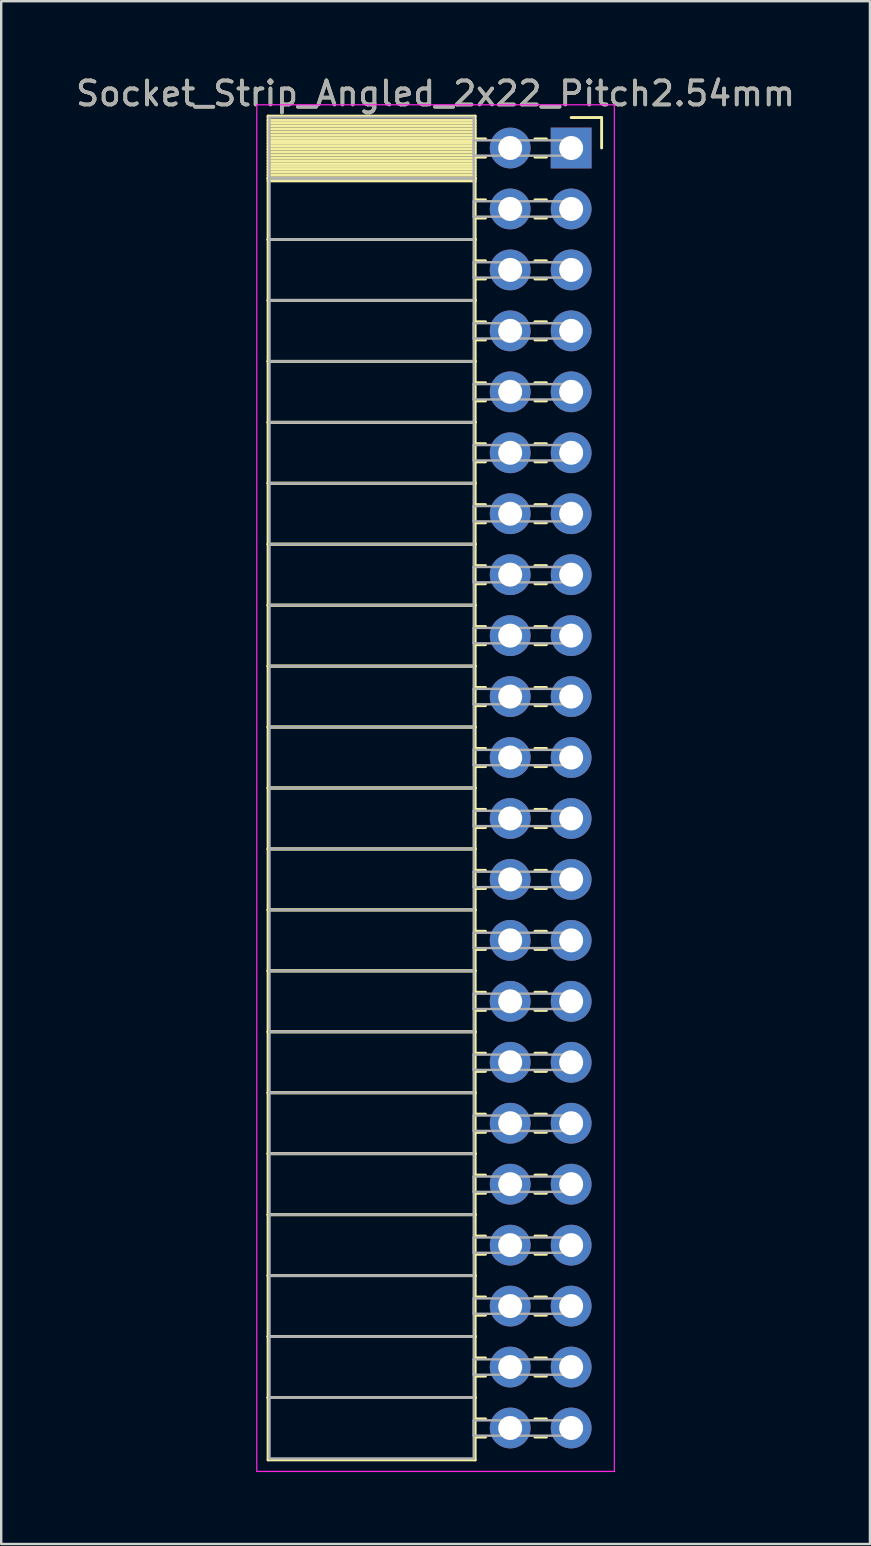
<source format=kicad_pcb>
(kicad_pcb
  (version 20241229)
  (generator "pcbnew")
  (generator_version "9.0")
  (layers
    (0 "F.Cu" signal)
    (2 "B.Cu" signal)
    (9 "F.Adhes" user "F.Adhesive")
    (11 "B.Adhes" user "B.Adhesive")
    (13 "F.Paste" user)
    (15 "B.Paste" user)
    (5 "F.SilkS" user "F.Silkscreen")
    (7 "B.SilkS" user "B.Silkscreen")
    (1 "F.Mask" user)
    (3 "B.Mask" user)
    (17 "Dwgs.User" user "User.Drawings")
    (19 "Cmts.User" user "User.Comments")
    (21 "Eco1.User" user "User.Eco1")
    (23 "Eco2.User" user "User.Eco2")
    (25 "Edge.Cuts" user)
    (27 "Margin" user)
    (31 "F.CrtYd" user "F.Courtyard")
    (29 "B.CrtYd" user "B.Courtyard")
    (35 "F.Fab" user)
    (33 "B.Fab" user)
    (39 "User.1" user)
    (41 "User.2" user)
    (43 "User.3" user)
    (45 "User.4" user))
  (footprint "Socket_Strip_Angled_2x22_Pitch2.54mm"
    (layer "F.Cu")
    (at 20.751 3.118)
    (property "Reference" "Socket_Strip_Angled_2x22_Pitch2.54mm" (at -5.65 -2.27 0) (layer "F.SilkS") (effects (font (size 1 1) (thickness 0.15))))
    (attr through_hole)
    (fp_line (start -12.63 -1.33) (end -4 -1.33) (stroke (width 0.12) (type solid)) (layer "F.SilkS"))
    (fp_line (start -12.63 1.27) (end -12.63 -1.33) (stroke (width 0.12) (type solid)) (layer "F.SilkS"))
    (fp_line (start -12.63 1.27) (end -4 1.27) (stroke (width 0.12) (type solid)) (layer "F.SilkS"))
    (fp_line (start -12.63 3.81) (end -12.63 1.27) (stroke (width 0.12) (type solid)) (layer "F.SilkS"))
    (fp_line (start -12.63 3.81) (end -4 3.81) (stroke (width 0.12) (type solid)) (layer "F.SilkS"))
    (fp_line (start -12.63 6.35) (end -12.63 3.81) (stroke (width 0.12) (type solid)) (layer "F.SilkS"))
    (fp_line (start -12.63 6.35) (end -4 6.35) (stroke (width 0.12) (type solid)) (layer "F.SilkS"))
    (fp_line (start -12.63 8.89) (end -12.63 6.35) (stroke (width 0.12) (type solid)) (layer "F.SilkS"))
    (fp_line (start -12.63 8.89) (end -4 8.89) (stroke (width 0.12) (type solid)) (layer "F.SilkS"))
    (fp_line (start -12.63 11.43) (end -12.63 8.89) (stroke (width 0.12) (type solid)) (layer "F.SilkS"))
    (fp_line (start -12.63 11.43) (end -4 11.43) (stroke (width 0.12) (type solid)) (layer "F.SilkS"))
    (fp_line (start -12.63 13.97) (end -12.63 11.43) (stroke (width 0.12) (type solid)) (layer "F.SilkS"))
    (fp_line (start -12.63 13.97) (end -4 13.97) (stroke (width 0.12) (type solid)) (layer "F.SilkS"))
    (fp_line (start -12.63 16.51) (end -12.63 13.97) (stroke (width 0.12) (type solid)) (layer "F.SilkS"))
    (fp_line (start -12.63 16.51) (end -4 16.51) (stroke (width 0.12) (type solid)) (layer "F.SilkS"))
    (fp_line (start -12.63 19.05) (end -12.63 16.51) (stroke (width 0.12) (type solid)) (layer "F.SilkS"))
    (fp_line (start -12.63 19.05) (end -4 19.05) (stroke (width 0.12) (type solid)) (layer "F.SilkS"))
    (fp_line (start -12.63 21.59) (end -12.63 19.05) (stroke (width 0.12) (type solid)) (layer "F.SilkS"))
    (fp_line (start -12.63 21.59) (end -4 21.59) (stroke (width 0.12) (type solid)) (layer "F.SilkS"))
    (fp_line (start -12.63 24.13) (end -12.63 21.59) (stroke (width 0.12) (type solid)) (layer "F.SilkS"))
    (fp_line (start -12.63 24.13) (end -4 24.13) (stroke (width 0.12) (type solid)) (layer "F.SilkS"))
    (fp_line (start -12.63 26.67) (end -12.63 24.13) (stroke (width 0.12) (type solid)) (layer "F.SilkS"))
    (fp_line (start -12.63 26.67) (end -4 26.67) (stroke (width 0.12) (type solid)) (layer "F.SilkS"))
    (fp_line (start -12.63 29.21) (end -12.63 26.67) (stroke (width 0.12) (type solid)) (layer "F.SilkS"))
    (fp_line (start -12.63 29.21) (end -4 29.21) (stroke (width 0.12) (type solid)) (layer "F.SilkS"))
    (fp_line (start -12.63 31.75) (end -12.63 29.21) (stroke (width 0.12) (type solid)) (layer "F.SilkS"))
    (fp_line (start -12.63 31.75) (end -4 31.75) (stroke (width 0.12) (type solid)) (layer "F.SilkS"))
    (fp_line (start -12.63 34.29) (end -12.63 31.75) (stroke (width 0.12) (type solid)) (layer "F.SilkS"))
    (fp_line (start -12.63 34.29) (end -4 34.29) (stroke (width 0.12) (type solid)) (layer "F.SilkS"))
    (fp_line (start -12.63 36.83) (end -12.63 34.29) (stroke (width 0.12) (type solid)) (layer "F.SilkS"))
    (fp_line (start -12.63 36.83) (end -4 36.83) (stroke (width 0.12) (type solid)) (layer "F.SilkS"))
    (fp_line (start -12.63 39.37) (end -12.63 36.83) (stroke (width 0.12) (type solid)) (layer "F.SilkS"))
    (fp_line (start -12.63 39.37) (end -4 39.37) (stroke (width 0.12) (type solid)) (layer "F.SilkS"))
    (fp_line (start -12.63 41.91) (end -12.63 39.37) (stroke (width 0.12) (type solid)) (layer "F.SilkS"))
    (fp_line (start -12.63 41.91) (end -4 41.91) (stroke (width 0.12) (type solid)) (layer "F.SilkS"))
    (fp_line (start -12.63 44.45) (end -12.63 41.91) (stroke (width 0.12) (type solid)) (layer "F.SilkS"))
    (fp_line (start -12.63 44.45) (end -4 44.45) (stroke (width 0.12) (type solid)) (layer "F.SilkS"))
    (fp_line (start -12.63 46.99) (end -12.63 44.45) (stroke (width 0.12) (type solid)) (layer "F.SilkS"))
    (fp_line (start -12.63 46.99) (end -4 46.99) (stroke (width 0.12) (type solid)) (layer "F.SilkS"))
    (fp_line (start -12.63 49.53) (end -12.63 46.99) (stroke (width 0.12) (type solid)) (layer "F.SilkS"))
    (fp_line (start -12.63 49.53) (end -4 49.53) (stroke (width 0.12) (type solid)) (layer "F.SilkS"))
    (fp_line (start -12.63 52.07) (end -12.63 49.53) (stroke (width 0.12) (type solid)) (layer "F.SilkS"))
    (fp_line (start -12.63 52.07) (end -4 52.07) (stroke (width 0.12) (type solid)) (layer "F.SilkS"))
    (fp_line (start -12.63 54.67) (end -12.63 52.07) (stroke (width 0.12) (type solid)) (layer "F.SilkS"))
    (fp_line (start -4 -1.33) (end -4 1.27) (stroke (width 0.12) (type solid)) (layer "F.SilkS"))
    (fp_line (start -4 -1.15) (end -12.63 -1.15) (stroke (width 0.12) (type solid)) (layer "F.SilkS"))
    (fp_line (start -4 -1.03) (end -12.63 -1.03) (stroke (width 0.12) (type solid)) (layer "F.SilkS"))
    (fp_line (start -4 -0.91) (end -12.63 -0.91) (stroke (width 0.12) (type solid)) (layer "F.SilkS"))
    (fp_line (start -4 -0.79) (end -12.63 -0.79) (stroke (width 0.12) (type solid)) (layer "F.SilkS"))
    (fp_line (start -4 -0.67) (end -12.63 -0.67) (stroke (width 0.12) (type solid)) (layer "F.SilkS"))
    (fp_line (start -4 -0.55) (end -12.63 -0.55) (stroke (width 0.12) (type solid)) (layer "F.SilkS"))
    (fp_line (start -4 -0.43) (end -12.63 -0.43) (stroke (width 0.12) (type solid)) (layer "F.SilkS"))
    (fp_line (start -4 -0.31) (end -12.63 -0.31) (stroke (width 0.12) (type solid)) (layer "F.SilkS"))
    (fp_line (start -4 -0.19) (end -12.63 -0.19) (stroke (width 0.12) (type solid)) (layer "F.SilkS"))
    (fp_line (start -4 -0.07) (end -12.63 -0.07) (stroke (width 0.12) (type solid)) (layer "F.SilkS"))
    (fp_line (start -4 0.05) (end -12.63 0.05) (stroke (width 0.12) (type solid)) (layer "F.SilkS"))
    (fp_line (start -4 0.17) (end -12.63 0.17) (stroke (width 0.12) (type solid)) (layer "F.SilkS"))
    (fp_line (start -4 0.29) (end -12.63 0.29) (stroke (width 0.12) (type solid)) (layer "F.SilkS"))
    (fp_line (start -4 0.41) (end -12.63 0.41) (stroke (width 0.12) (type solid)) (layer "F.SilkS"))
    (fp_line (start -4 0.53) (end -12.63 0.53) (stroke (width 0.12) (type solid)) (layer "F.SilkS"))
    (fp_line (start -4 0.65) (end -12.63 0.65) (stroke (width 0.12) (type solid)) (layer "F.SilkS"))
    (fp_line (start -4 0.77) (end -12.63 0.77) (stroke (width 0.12) (type solid)) (layer "F.SilkS"))
    (fp_line (start -4 0.89) (end -12.63 0.89) (stroke (width 0.12) (type solid)) (layer "F.SilkS"))
    (fp_line (start -4 1.01) (end -12.63 1.01) (stroke (width 0.12) (type solid)) (layer "F.SilkS"))
    (fp_line (start -4 1.13) (end -12.63 1.13) (stroke (width 0.12) (type solid)) (layer "F.SilkS"))
    (fp_line (start -4 1.25) (end -12.63 1.25) (stroke (width 0.12) (type solid)) (layer "F.SilkS"))
    (fp_line (start -4 1.27) (end -12.63 1.27) (stroke (width 0.12) (type solid)) (layer "F.SilkS"))
    (fp_line (start -4 1.27) (end -4 3.81) (stroke (width 0.12) (type solid)) (layer "F.SilkS"))
    (fp_line (start -4 1.37) (end -12.63 1.37) (stroke (width 0.12) (type solid)) (layer "F.SilkS"))
    (fp_line (start -4 3.81) (end -12.63 3.81) (stroke (width 0.12) (type solid)) (layer "F.SilkS"))
    (fp_line (start -4 3.81) (end -4 6.35) (stroke (width 0.12) (type solid)) (layer "F.SilkS"))
    (fp_line (start -4 6.35) (end -12.63 6.35) (stroke (width 0.12) (type solid)) (layer "F.SilkS"))
    (fp_line (start -4 6.35) (end -4 8.89) (stroke (width 0.12) (type solid)) (layer "F.SilkS"))
    (fp_line (start -4 8.89) (end -12.63 8.89) (stroke (width 0.12) (type solid)) (layer "F.SilkS"))
    (fp_line (start -4 8.89) (end -4 11.43) (stroke (width 0.12) (type solid)) (layer "F.SilkS"))
    (fp_line (start -4 11.43) (end -12.63 11.43) (stroke (width 0.12) (type solid)) (layer "F.SilkS"))
    (fp_line (start -4 11.43) (end -4 13.97) (stroke (width 0.12) (type solid)) (layer "F.SilkS"))
    (fp_line (start -4 13.97) (end -12.63 13.97) (stroke (width 0.12) (type solid)) (layer "F.SilkS"))
    (fp_line (start -4 13.97) (end -4 16.51) (stroke (width 0.12) (type solid)) (layer "F.SilkS"))
    (fp_line (start -4 16.51) (end -12.63 16.51) (stroke (width 0.12) (type solid)) (layer "F.SilkS"))
    (fp_line (start -4 16.51) (end -4 19.05) (stroke (width 0.12) (type solid)) (layer "F.SilkS"))
    (fp_line (start -4 19.05) (end -12.63 19.05) (stroke (width 0.12) (type solid)) (layer "F.SilkS"))
    (fp_line (start -4 19.05) (end -4 21.59) (stroke (width 0.12) (type solid)) (layer "F.SilkS"))
    (fp_line (start -4 21.59) (end -12.63 21.59) (stroke (width 0.12) (type solid)) (layer "F.SilkS"))
    (fp_line (start -4 21.59) (end -4 24.13) (stroke (width 0.12) (type solid)) (layer "F.SilkS"))
    (fp_line (start -4 24.13) (end -12.63 24.13) (stroke (width 0.12) (type solid)) (layer "F.SilkS"))
    (fp_line (start -4 24.13) (end -4 26.67) (stroke (width 0.12) (type solid)) (layer "F.SilkS"))
    (fp_line (start -4 26.67) (end -12.63 26.67) (stroke (width 0.12) (type solid)) (layer "F.SilkS"))
    (fp_line (start -4 26.67) (end -4 29.21) (stroke (width 0.12) (type solid)) (layer "F.SilkS"))
    (fp_line (start -4 29.21) (end -12.63 29.21) (stroke (width 0.12) (type solid)) (layer "F.SilkS"))
    (fp_line (start -4 29.21) (end -4 31.75) (stroke (width 0.12) (type solid)) (layer "F.SilkS"))
    (fp_line (start -4 31.75) (end -12.63 31.75) (stroke (width 0.12) (type solid)) (layer "F.SilkS"))
    (fp_line (start -4 31.75) (end -4 34.29) (stroke (width 0.12) (type solid)) (layer "F.SilkS"))
    (fp_line (start -4 34.29) (end -12.63 34.29) (stroke (width 0.12) (type solid)) (layer "F.SilkS"))
    (fp_line (start -4 34.29) (end -4 36.83) (stroke (width 0.12) (type solid)) (layer "F.SilkS"))
    (fp_line (start -4 36.83) (end -12.63 36.83) (stroke (width 0.12) (type solid)) (layer "F.SilkS"))
    (fp_line (start -4 36.83) (end -4 39.37) (stroke (width 0.12) (type solid)) (layer "F.SilkS"))
    (fp_line (start -4 39.37) (end -12.63 39.37) (stroke (width 0.12) (type solid)) (layer "F.SilkS"))
    (fp_line (start -4 39.37) (end -4 41.91) (stroke (width 0.12) (type solid)) (layer "F.SilkS"))
    (fp_line (start -4 41.91) (end -12.63 41.91) (stroke (width 0.12) (type solid)) (layer "F.SilkS"))
    (fp_line (start -4 41.91) (end -4 44.45) (stroke (width 0.12) (type solid)) (layer "F.SilkS"))
    (fp_line (start -4 44.45) (end -12.63 44.45) (stroke (width 0.12) (type solid)) (layer "F.SilkS"))
    (fp_line (start -4 44.45) (end -4 46.99) (stroke (width 0.12) (type solid)) (layer "F.SilkS"))
    (fp_line (start -4 46.99) (end -12.63 46.99) (stroke (width 0.12) (type solid)) (layer "F.SilkS"))
    (fp_line (start -4 46.99) (end -4 49.53) (stroke (width 0.12) (type solid)) (layer "F.SilkS"))
    (fp_line (start -4 49.53) (end -12.63 49.53) (stroke (width 0.12) (type solid)) (layer "F.SilkS"))
    (fp_line (start -4 49.53) (end -4 52.07) (stroke (width 0.12) (type solid)) (layer "F.SilkS"))
    (fp_line (start -4 52.07) (end -12.63 52.07) (stroke (width 0.12) (type solid)) (layer "F.SilkS"))
    (fp_line (start -4 52.07) (end -4 54.67) (stroke (width 0.12) (type solid)) (layer "F.SilkS"))
    (fp_line (start -4 54.67) (end -12.63 54.67) (stroke (width 0.12) (type solid)) (layer "F.SilkS"))
    (fp_line (start -3.57 -0.38) (end -4 -0.38) (stroke (width 0.12) (type solid)) (layer "F.SilkS"))
    (fp_line (start -3.57 0.38) (end -4 0.38) (stroke (width 0.12) (type solid)) (layer "F.SilkS"))
    (fp_line (start -3.57 2.16) (end -4 2.16) (stroke (width 0.12) (type solid)) (layer "F.SilkS"))
    (fp_line (start -3.57 2.92) (end -4 2.92) (stroke (width 0.12) (type solid)) (layer "F.SilkS"))
    (fp_line (start -3.57 4.7) (end -4 4.7) (stroke (width 0.12) (type solid)) (layer "F.SilkS"))
    (fp_line (start -3.57 5.46) (end -4 5.46) (stroke (width 0.12) (type solid)) (layer "F.SilkS"))
    (fp_line (start -3.57 7.24) (end -4 7.24) (stroke (width 0.12) (type solid)) (layer "F.SilkS"))
    (fp_line (start -3.57 8) (end -4 8) (stroke (width 0.12) (type solid)) (layer "F.SilkS"))
    (fp_line (start -3.57 9.78) (end -4 9.78) (stroke (width 0.12) (type solid)) (layer "F.SilkS"))
    (fp_line (start -3.57 10.54) (end -4 10.54) (stroke (width 0.12) (type solid)) (layer "F.SilkS"))
    (fp_line (start -3.57 12.32) (end -4 12.32) (stroke (width 0.12) (type solid)) (layer "F.SilkS"))
    (fp_line (start -3.57 13.08) (end -4 13.08) (stroke (width 0.12) (type solid)) (layer "F.SilkS"))
    (fp_line (start -3.57 14.86) (end -4 14.86) (stroke (width 0.12) (type solid)) (layer "F.SilkS"))
    (fp_line (start -3.57 15.62) (end -4 15.62) (stroke (width 0.12) (type solid)) (layer "F.SilkS"))
    (fp_line (start -3.57 17.4) (end -4 17.4) (stroke (width 0.12) (type solid)) (layer "F.SilkS"))
    (fp_line (start -3.57 18.16) (end -4 18.16) (stroke (width 0.12) (type solid)) (layer "F.SilkS"))
    (fp_line (start -3.57 19.94) (end -4 19.94) (stroke (width 0.12) (type solid)) (layer "F.SilkS"))
    (fp_line (start -3.57 20.7) (end -4 20.7) (stroke (width 0.12) (type solid)) (layer "F.SilkS"))
    (fp_line (start -3.57 22.48) (end -4 22.48) (stroke (width 0.12) (type solid)) (layer "F.SilkS"))
    (fp_line (start -3.57 23.24) (end -4 23.24) (stroke (width 0.12) (type solid)) (layer "F.SilkS"))
    (fp_line (start -3.57 25.02) (end -4 25.02) (stroke (width 0.12) (type solid)) (layer "F.SilkS"))
    (fp_line (start -3.57 25.78) (end -4 25.78) (stroke (width 0.12) (type solid)) (layer "F.SilkS"))
    (fp_line (start -3.57 27.56) (end -4 27.56) (stroke (width 0.12) (type solid)) (layer "F.SilkS"))
    (fp_line (start -3.57 28.32) (end -4 28.32) (stroke (width 0.12) (type solid)) (layer "F.SilkS"))
    (fp_line (start -3.57 30.1) (end -4 30.1) (stroke (width 0.12) (type solid)) (layer "F.SilkS"))
    (fp_line (start -3.57 30.86) (end -4 30.86) (stroke (width 0.12) (type solid)) (layer "F.SilkS"))
    (fp_line (start -3.57 32.64) (end -4 32.64) (stroke (width 0.12) (type solid)) (layer "F.SilkS"))
    (fp_line (start -3.57 33.4) (end -4 33.4) (stroke (width 0.12) (type solid)) (layer "F.SilkS"))
    (fp_line (start -3.57 35.18) (end -4 35.18) (stroke (width 0.12) (type solid)) (layer "F.SilkS"))
    (fp_line (start -3.57 35.94) (end -4 35.94) (stroke (width 0.12) (type solid)) (layer "F.SilkS"))
    (fp_line (start -3.57 37.72) (end -4 37.72) (stroke (width 0.12) (type solid)) (layer "F.SilkS"))
    (fp_line (start -3.57 38.48) (end -4 38.48) (stroke (width 0.12) (type solid)) (layer "F.SilkS"))
    (fp_line (start -3.57 40.26) (end -4 40.26) (stroke (width 0.12) (type solid)) (layer "F.SilkS"))
    (fp_line (start -3.57 41.02) (end -4 41.02) (stroke (width 0.12) (type solid)) (layer "F.SilkS"))
    (fp_line (start -3.57 42.8) (end -4 42.8) (stroke (width 0.12) (type solid)) (layer "F.SilkS"))
    (fp_line (start -3.57 43.56) (end -4 43.56) (stroke (width 0.12) (type solid)) (layer "F.SilkS"))
    (fp_line (start -3.57 45.34) (end -4 45.34) (stroke (width 0.12) (type solid)) (layer "F.SilkS"))
    (fp_line (start -3.57 46.1) (end -4 46.1) (stroke (width 0.12) (type solid)) (layer "F.SilkS"))
    (fp_line (start -3.57 47.88) (end -4 47.88) (stroke (width 0.12) (type solid)) (layer "F.SilkS"))
    (fp_line (start -3.57 48.64) (end -4 48.64) (stroke (width 0.12) (type solid)) (layer "F.SilkS"))
    (fp_line (start -3.57 50.42) (end -4 50.42) (stroke (width 0.12) (type solid)) (layer "F.SilkS"))
    (fp_line (start -3.57 51.18) (end -4 51.18) (stroke (width 0.12) (type solid)) (layer "F.SilkS"))
    (fp_line (start -3.57 52.96) (end -4 52.96) (stroke (width 0.12) (type solid)) (layer "F.SilkS"))
    (fp_line (start -3.57 53.72) (end -4 53.72) (stroke (width 0.12) (type solid)) (layer "F.SilkS"))
    (fp_line (start -1.03 -0.38) (end -1.51 -0.38) (stroke (width 0.12) (type solid)) (layer "F.SilkS"))
    (fp_line (start -1.03 0.38) (end -1.51 0.38) (stroke (width 0.12) (type solid)) (layer "F.SilkS"))
    (fp_line (start -1.03 2.16) (end -1.51 2.16) (stroke (width 0.12) (type solid)) (layer "F.SilkS"))
    (fp_line (start -1.03 2.92) (end -1.51 2.92) (stroke (width 0.12) (type solid)) (layer "F.SilkS"))
    (fp_line (start -1.03 4.7) (end -1.51 4.7) (stroke (width 0.12) (type solid)) (layer "F.SilkS"))
    (fp_line (start -1.03 5.46) (end -1.51 5.46) (stroke (width 0.12) (type solid)) (layer "F.SilkS"))
    (fp_line (start -1.03 7.24) (end -1.51 7.24) (stroke (width 0.12) (type solid)) (layer "F.SilkS"))
    (fp_line (start -1.03 8) (end -1.51 8) (stroke (width 0.12) (type solid)) (layer "F.SilkS"))
    (fp_line (start -1.03 9.78) (end -1.51 9.78) (stroke (width 0.12) (type solid)) (layer "F.SilkS"))
    (fp_line (start -1.03 10.54) (end -1.51 10.54) (stroke (width 0.12) (type solid)) (layer "F.SilkS"))
    (fp_line (start -1.03 12.32) (end -1.51 12.32) (stroke (width 0.12) (type solid)) (layer "F.SilkS"))
    (fp_line (start -1.03 13.08) (end -1.51 13.08) (stroke (width 0.12) (type solid)) (layer "F.SilkS"))
    (fp_line (start -1.03 14.86) (end -1.51 14.86) (stroke (width 0.12) (type solid)) (layer "F.SilkS"))
    (fp_line (start -1.03 15.62) (end -1.51 15.62) (stroke (width 0.12) (type solid)) (layer "F.SilkS"))
    (fp_line (start -1.03 17.4) (end -1.51 17.4) (stroke (width 0.12) (type solid)) (layer "F.SilkS"))
    (fp_line (start -1.03 18.16) (end -1.51 18.16) (stroke (width 0.12) (type solid)) (layer "F.SilkS"))
    (fp_line (start -1.03 19.94) (end -1.51 19.94) (stroke (width 0.12) (type solid)) (layer "F.SilkS"))
    (fp_line (start -1.03 20.7) (end -1.51 20.7) (stroke (width 0.12) (type solid)) (layer "F.SilkS"))
    (fp_line (start -1.03 22.48) (end -1.51 22.48) (stroke (width 0.12) (type solid)) (layer "F.SilkS"))
    (fp_line (start -1.03 23.24) (end -1.51 23.24) (stroke (width 0.12) (type solid)) (layer "F.SilkS"))
    (fp_line (start -1.03 25.02) (end -1.51 25.02) (stroke (width 0.12) (type solid)) (layer "F.SilkS"))
    (fp_line (start -1.03 25.78) (end -1.51 25.78) (stroke (width 0.12) (type solid)) (layer "F.SilkS"))
    (fp_line (start -1.03 27.56) (end -1.51 27.56) (stroke (width 0.12) (type solid)) (layer "F.SilkS"))
    (fp_line (start -1.03 28.32) (end -1.51 28.32) (stroke (width 0.12) (type solid)) (layer "F.SilkS"))
    (fp_line (start -1.03 30.1) (end -1.51 30.1) (stroke (width 0.12) (type solid)) (layer "F.SilkS"))
    (fp_line (start -1.03 30.86) (end -1.51 30.86) (stroke (width 0.12) (type solid)) (layer "F.SilkS"))
    (fp_line (start -1.03 32.64) (end -1.51 32.64) (stroke (width 0.12) (type solid)) (layer "F.SilkS"))
    (fp_line (start -1.03 33.4) (end -1.51 33.4) (stroke (width 0.12) (type solid)) (layer "F.SilkS"))
    (fp_line (start -1.03 35.18) (end -1.51 35.18) (stroke (width 0.12) (type solid)) (layer "F.SilkS"))
    (fp_line (start -1.03 35.94) (end -1.51 35.94) (stroke (width 0.12) (type solid)) (layer "F.SilkS"))
    (fp_line (start -1.03 37.72) (end -1.51 37.72) (stroke (width 0.12) (type solid)) (layer "F.SilkS"))
    (fp_line (start -1.03 38.48) (end -1.51 38.48) (stroke (width 0.12) (type solid)) (layer "F.SilkS"))
    (fp_line (start -1.03 40.26) (end -1.51 40.26) (stroke (width 0.12) (type solid)) (layer "F.SilkS"))
    (fp_line (start -1.03 41.02) (end -1.51 41.02) (stroke (width 0.12) (type solid)) (layer "F.SilkS"))
    (fp_line (start -1.03 42.8) (end -1.51 42.8) (stroke (width 0.12) (type solid)) (layer "F.SilkS"))
    (fp_line (start -1.03 43.56) (end -1.51 43.56) (stroke (width 0.12) (type solid)) (layer "F.SilkS"))
    (fp_line (start -1.03 45.34) (end -1.51 45.34) (stroke (width 0.12) (type solid)) (layer "F.SilkS"))
    (fp_line (start -1.03 46.1) (end -1.51 46.1) (stroke (width 0.12) (type solid)) (layer "F.SilkS"))
    (fp_line (start -1.03 47.88) (end -1.51 47.88) (stroke (width 0.12) (type solid)) (layer "F.SilkS"))
    (fp_line (start -1.03 48.64) (end -1.51 48.64) (stroke (width 0.12) (type solid)) (layer "F.SilkS"))
    (fp_line (start -1.03 50.42) (end -1.51 50.42) (stroke (width 0.12) (type solid)) (layer "F.SilkS"))
    (fp_line (start -1.03 51.18) (end -1.51 51.18) (stroke (width 0.12) (type solid)) (layer "F.SilkS"))
    (fp_line (start -1.03 52.96) (end -1.51 52.96) (stroke (width 0.12) (type solid)) (layer "F.SilkS"))
    (fp_line (start -1.03 53.72) (end -1.51 53.72) (stroke (width 0.12) (type solid)) (layer "F.SilkS"))
    (fp_line (start 0 -1.27) (end 1.27 -1.27) (stroke (width 0.12) (type solid)) (layer "F.SilkS"))
    (fp_line (start 1.27 -1.27) (end 1.27 0) (stroke (width 0.12) (type solid)) (layer "F.SilkS"))
    (fp_line (start -13.1 -1.8) (end 1.8 -1.8) (stroke (width 0.05) (type solid)) (layer "F.CrtYd"))
    (fp_line (start -13.1 55.15) (end -13.1 -1.8) (stroke (width 0.05) (type solid)) (layer "F.CrtYd"))
    (fp_line (start 1.8 -1.8) (end 1.8 55.15) (stroke (width 0.05) (type solid)) (layer "F.CrtYd"))
    (fp_line (start 1.8 55.15) (end -13.1 55.15) (stroke (width 0.05) (type solid)) (layer "F.CrtYd"))
    (fp_line (start -12.57 -1.27) (end -4.06 -1.27) (stroke (width 0.1) (type solid)) (layer "F.Fab"))
    (fp_line (start -12.57 1.27) (end -12.57 -1.27) (stroke (width 0.1) (type solid)) (layer "F.Fab"))
    (fp_line (start -12.57 1.27) (end -4.06 1.27) (stroke (width 0.1) (type solid)) (layer "F.Fab"))
    (fp_line (start -12.57 3.81) (end -12.57 1.27) (stroke (width 0.1) (type solid)) (layer "F.Fab"))
    (fp_line (start -12.57 3.81) (end -4.06 3.81) (stroke (width 0.1) (type solid)) (layer "F.Fab"))
    (fp_line (start -12.57 6.35) (end -12.57 3.81) (stroke (width 0.1) (type solid)) (layer "F.Fab"))
    (fp_line (start -12.57 6.35) (end -4.06 6.35) (stroke (width 0.1) (type solid)) (layer "F.Fab"))
    (fp_line (start -12.57 8.89) (end -12.57 6.35) (stroke (width 0.1) (type solid)) (layer "F.Fab"))
    (fp_line (start -12.57 8.89) (end -4.06 8.89) (stroke (width 0.1) (type solid)) (layer "F.Fab"))
    (fp_line (start -12.57 11.43) (end -12.57 8.89) (stroke (width 0.1) (type solid)) (layer "F.Fab"))
    (fp_line (start -12.57 11.43) (end -4.06 11.43) (stroke (width 0.1) (type solid)) (layer "F.Fab"))
    (fp_line (start -12.57 13.97) (end -12.57 11.43) (stroke (width 0.1) (type solid)) (layer "F.Fab"))
    (fp_line (start -12.57 13.97) (end -4.06 13.97) (stroke (width 0.1) (type solid)) (layer "F.Fab"))
    (fp_line (start -12.57 16.51) (end -12.57 13.97) (stroke (width 0.1) (type solid)) (layer "F.Fab"))
    (fp_line (start -12.57 16.51) (end -4.06 16.51) (stroke (width 0.1) (type solid)) (layer "F.Fab"))
    (fp_line (start -12.57 19.05) (end -12.57 16.51) (stroke (width 0.1) (type solid)) (layer "F.Fab"))
    (fp_line (start -12.57 19.05) (end -4.06 19.05) (stroke (width 0.1) (type solid)) (layer "F.Fab"))
    (fp_line (start -12.57 21.59) (end -12.57 19.05) (stroke (width 0.1) (type solid)) (layer "F.Fab"))
    (fp_line (start -12.57 21.59) (end -4.06 21.59) (stroke (width 0.1) (type solid)) (layer "F.Fab"))
    (fp_line (start -12.57 24.13) (end -12.57 21.59) (stroke (width 0.1) (type solid)) (layer "F.Fab"))
    (fp_line (start -12.57 24.13) (end -4.06 24.13) (stroke (width 0.1) (type solid)) (layer "F.Fab"))
    (fp_line (start -12.57 26.67) (end -12.57 24.13) (stroke (width 0.1) (type solid)) (layer "F.Fab"))
    (fp_line (start -12.57 26.67) (end -4.06 26.67) (stroke (width 0.1) (type solid)) (layer "F.Fab"))
    (fp_line (start -12.57 29.21) (end -12.57 26.67) (stroke (width 0.1) (type solid)) (layer "F.Fab"))
    (fp_line (start -12.57 29.21) (end -4.06 29.21) (stroke (width 0.1) (type solid)) (layer "F.Fab"))
    (fp_line (start -12.57 31.75) (end -12.57 29.21) (stroke (width 0.1) (type solid)) (layer "F.Fab"))
    (fp_line (start -12.57 31.75) (end -4.06 31.75) (stroke (width 0.1) (type solid)) (layer "F.Fab"))
    (fp_line (start -12.57 34.29) (end -12.57 31.75) (stroke (width 0.1) (type solid)) (layer "F.Fab"))
    (fp_line (start -12.57 34.29) (end -4.06 34.29) (stroke (width 0.1) (type solid)) (layer "F.Fab"))
    (fp_line (start -12.57 36.83) (end -12.57 34.29) (stroke (width 0.1) (type solid)) (layer "F.Fab"))
    (fp_line (start -12.57 36.83) (end -4.06 36.83) (stroke (width 0.1) (type solid)) (layer "F.Fab"))
    (fp_line (start -12.57 39.37) (end -12.57 36.83) (stroke (width 0.1) (type solid)) (layer "F.Fab"))
    (fp_line (start -12.57 39.37) (end -4.06 39.37) (stroke (width 0.1) (type solid)) (layer "F.Fab"))
    (fp_line (start -12.57 41.91) (end -12.57 39.37) (stroke (width 0.1) (type solid)) (layer "F.Fab"))
    (fp_line (start -12.57 41.91) (end -4.06 41.91) (stroke (width 0.1) (type solid)) (layer "F.Fab"))
    (fp_line (start -12.57 44.45) (end -12.57 41.91) (stroke (width 0.1) (type solid)) (layer "F.Fab"))
    (fp_line (start -12.57 44.45) (end -4.06 44.45) (stroke (width 0.1) (type solid)) (layer "F.Fab"))
    (fp_line (start -12.57 46.99) (end -12.57 44.45) (stroke (width 0.1) (type solid)) (layer "F.Fab"))
    (fp_line (start -12.57 46.99) (end -4.06 46.99) (stroke (width 0.1) (type solid)) (layer "F.Fab"))
    (fp_line (start -12.57 49.53) (end -12.57 46.99) (stroke (width 0.1) (type solid)) (layer "F.Fab"))
    (fp_line (start -12.57 49.53) (end -4.06 49.53) (stroke (width 0.1) (type solid)) (layer "F.Fab"))
    (fp_line (start -12.57 52.07) (end -12.57 49.53) (stroke (width 0.1) (type solid)) (layer "F.Fab"))
    (fp_line (start -12.57 52.07) (end -4.06 52.07) (stroke (width 0.1) (type solid)) (layer "F.Fab"))
    (fp_line (start -12.57 54.61) (end -12.57 52.07) (stroke (width 0.1) (type solid)) (layer "F.Fab"))
    (fp_line (start -4.06 -1.27) (end -4.06 1.27) (stroke (width 0.1) (type solid)) (layer "F.Fab"))
    (fp_line (start -4.06 -0.32) (end 0 -0.32) (stroke (width 0.1) (type solid)) (layer "F.Fab"))
    (fp_line (start -4.06 0.32) (end -4.06 -0.32) (stroke (width 0.1) (type solid)) (layer "F.Fab"))
    (fp_line (start -4.06 1.27) (end -12.57 1.27) (stroke (width 0.1) (type solid)) (layer "F.Fab"))
    (fp_line (start -4.06 1.27) (end -4.06 3.81) (stroke (width 0.1) (type solid)) (layer "F.Fab"))
    (fp_line (start -4.06 2.22) (end 0 2.22) (stroke (width 0.1) (type solid)) (layer "F.Fab"))
    (fp_line (start -4.06 2.86) (end -4.06 2.22) (stroke (width 0.1) (type solid)) (layer "F.Fab"))
    (fp_line (start -4.06 3.81) (end -12.57 3.81) (stroke (width 0.1) (type solid)) (layer "F.Fab"))
    (fp_line (start -4.06 3.81) (end -4.06 6.35) (stroke (width 0.1) (type solid)) (layer "F.Fab"))
    (fp_line (start -4.06 4.76) (end 0 4.76) (stroke (width 0.1) (type solid)) (layer "F.Fab"))
    (fp_line (start -4.06 5.4) (end -4.06 4.76) (stroke (width 0.1) (type solid)) (layer "F.Fab"))
    (fp_line (start -4.06 6.35) (end -12.57 6.35) (stroke (width 0.1) (type solid)) (layer "F.Fab"))
    (fp_line (start -4.06 6.35) (end -4.06 8.89) (stroke (width 0.1) (type solid)) (layer "F.Fab"))
    (fp_line (start -4.06 7.3) (end 0 7.3) (stroke (width 0.1) (type solid)) (layer "F.Fab"))
    (fp_line (start -4.06 7.94) (end -4.06 7.3) (stroke (width 0.1) (type solid)) (layer "F.Fab"))
    (fp_line (start -4.06 8.89) (end -12.57 8.89) (stroke (width 0.1) (type solid)) (layer "F.Fab"))
    (fp_line (start -4.06 8.89) (end -4.06 11.43) (stroke (width 0.1) (type solid)) (layer "F.Fab"))
    (fp_line (start -4.06 9.84) (end 0 9.84) (stroke (width 0.1) (type solid)) (layer "F.Fab"))
    (fp_line (start -4.06 10.48) (end -4.06 9.84) (stroke (width 0.1) (type solid)) (layer "F.Fab"))
    (fp_line (start -4.06 11.43) (end -12.57 11.43) (stroke (width 0.1) (type solid)) (layer "F.Fab"))
    (fp_line (start -4.06 11.43) (end -4.06 13.97) (stroke (width 0.1) (type solid)) (layer "F.Fab"))
    (fp_line (start -4.06 12.38) (end 0 12.38) (stroke (width 0.1) (type solid)) (layer "F.Fab"))
    (fp_line (start -4.06 13.02) (end -4.06 12.38) (stroke (width 0.1) (type solid)) (layer "F.Fab"))
    (fp_line (start -4.06 13.97) (end -12.57 13.97) (stroke (width 0.1) (type solid)) (layer "F.Fab"))
    (fp_line (start -4.06 13.97) (end -4.06 16.51) (stroke (width 0.1) (type solid)) (layer "F.Fab"))
    (fp_line (start -4.06 14.92) (end 0 14.92) (stroke (width 0.1) (type solid)) (layer "F.Fab"))
    (fp_line (start -4.06 15.56) (end -4.06 14.92) (stroke (width 0.1) (type solid)) (layer "F.Fab"))
    (fp_line (start -4.06 16.51) (end -12.57 16.51) (stroke (width 0.1) (type solid)) (layer "F.Fab"))
    (fp_line (start -4.06 16.51) (end -4.06 19.05) (stroke (width 0.1) (type solid)) (layer "F.Fab"))
    (fp_line (start -4.06 17.46) (end 0 17.46) (stroke (width 0.1) (type solid)) (layer "F.Fab"))
    (fp_line (start -4.06 18.1) (end -4.06 17.46) (stroke (width 0.1) (type solid)) (layer "F.Fab"))
    (fp_line (start -4.06 19.05) (end -12.57 19.05) (stroke (width 0.1) (type solid)) (layer "F.Fab"))
    (fp_line (start -4.06 19.05) (end -4.06 21.59) (stroke (width 0.1) (type solid)) (layer "F.Fab"))
    (fp_line (start -4.06 20) (end 0 20) (stroke (width 0.1) (type solid)) (layer "F.Fab"))
    (fp_line (start -4.06 20.64) (end -4.06 20) (stroke (width 0.1) (type solid)) (layer "F.Fab"))
    (fp_line (start -4.06 21.59) (end -12.57 21.59) (stroke (width 0.1) (type solid)) (layer "F.Fab"))
    (fp_line (start -4.06 21.59) (end -4.06 24.13) (stroke (width 0.1) (type solid)) (layer "F.Fab"))
    (fp_line (start -4.06 22.54) (end 0 22.54) (stroke (width 0.1) (type solid)) (layer "F.Fab"))
    (fp_line (start -4.06 23.18) (end -4.06 22.54) (stroke (width 0.1) (type solid)) (layer "F.Fab"))
    (fp_line (start -4.06 24.13) (end -12.57 24.13) (stroke (width 0.1) (type solid)) (layer "F.Fab"))
    (fp_line (start -4.06 24.13) (end -4.06 26.67) (stroke (width 0.1) (type solid)) (layer "F.Fab"))
    (fp_line (start -4.06 25.08) (end 0 25.08) (stroke (width 0.1) (type solid)) (layer "F.Fab"))
    (fp_line (start -4.06 25.72) (end -4.06 25.08) (stroke (width 0.1) (type solid)) (layer "F.Fab"))
    (fp_line (start -4.06 26.67) (end -12.57 26.67) (stroke (width 0.1) (type solid)) (layer "F.Fab"))
    (fp_line (start -4.06 26.67) (end -4.06 29.21) (stroke (width 0.1) (type solid)) (layer "F.Fab"))
    (fp_line (start -4.06 27.62) (end 0 27.62) (stroke (width 0.1) (type solid)) (layer "F.Fab"))
    (fp_line (start -4.06 28.26) (end -4.06 27.62) (stroke (width 0.1) (type solid)) (layer "F.Fab"))
    (fp_line (start -4.06 29.21) (end -12.57 29.21) (stroke (width 0.1) (type solid)) (layer "F.Fab"))
    (fp_line (start -4.06 29.21) (end -4.06 31.75) (stroke (width 0.1) (type solid)) (layer "F.Fab"))
    (fp_line (start -4.06 30.16) (end 0 30.16) (stroke (width 0.1) (type solid)) (layer "F.Fab"))
    (fp_line (start -4.06 30.8) (end -4.06 30.16) (stroke (width 0.1) (type solid)) (layer "F.Fab"))
    (fp_line (start -4.06 31.75) (end -12.57 31.75) (stroke (width 0.1) (type solid)) (layer "F.Fab"))
    (fp_line (start -4.06 31.75) (end -4.06 34.29) (stroke (width 0.1) (type solid)) (layer "F.Fab"))
    (fp_line (start -4.06 32.7) (end 0 32.7) (stroke (width 0.1) (type solid)) (layer "F.Fab"))
    (fp_line (start -4.06 33.34) (end -4.06 32.7) (stroke (width 0.1) (type solid)) (layer "F.Fab"))
    (fp_line (start -4.06 34.29) (end -12.57 34.29) (stroke (width 0.1) (type solid)) (layer "F.Fab"))
    (fp_line (start -4.06 34.29) (end -4.06 36.83) (stroke (width 0.1) (type solid)) (layer "F.Fab"))
    (fp_line (start -4.06 35.24) (end 0 35.24) (stroke (width 0.1) (type solid)) (layer "F.Fab"))
    (fp_line (start -4.06 35.88) (end -4.06 35.24) (stroke (width 0.1) (type solid)) (layer "F.Fab"))
    (fp_line (start -4.06 36.83) (end -12.57 36.83) (stroke (width 0.1) (type solid)) (layer "F.Fab"))
    (fp_line (start -4.06 36.83) (end -4.06 39.37) (stroke (width 0.1) (type solid)) (layer "F.Fab"))
    (fp_line (start -4.06 37.78) (end 0 37.78) (stroke (width 0.1) (type solid)) (layer "F.Fab"))
    (fp_line (start -4.06 38.42) (end -4.06 37.78) (stroke (width 0.1) (type solid)) (layer "F.Fab"))
    (fp_line (start -4.06 39.37) (end -12.57 39.37) (stroke (width 0.1) (type solid)) (layer "F.Fab"))
    (fp_line (start -4.06 39.37) (end -4.06 41.91) (stroke (width 0.1) (type solid)) (layer "F.Fab"))
    (fp_line (start -4.06 40.32) (end 0 40.32) (stroke (width 0.1) (type solid)) (layer "F.Fab"))
    (fp_line (start -4.06 40.96) (end -4.06 40.32) (stroke (width 0.1) (type solid)) (layer "F.Fab"))
    (fp_line (start -4.06 41.91) (end -12.57 41.91) (stroke (width 0.1) (type solid)) (layer "F.Fab"))
    (fp_line (start -4.06 41.91) (end -4.06 44.45) (stroke (width 0.1) (type solid)) (layer "F.Fab"))
    (fp_line (start -4.06 42.86) (end 0 42.86) (stroke (width 0.1) (type solid)) (layer "F.Fab"))
    (fp_line (start -4.06 43.5) (end -4.06 42.86) (stroke (width 0.1) (type solid)) (layer "F.Fab"))
    (fp_line (start -4.06 44.45) (end -12.57 44.45) (stroke (width 0.1) (type solid)) (layer "F.Fab"))
    (fp_line (start -4.06 44.45) (end -4.06 46.99) (stroke (width 0.1) (type solid)) (layer "F.Fab"))
    (fp_line (start -4.06 45.4) (end 0 45.4) (stroke (width 0.1) (type solid)) (layer "F.Fab"))
    (fp_line (start -4.06 46.04) (end -4.06 45.4) (stroke (width 0.1) (type solid)) (layer "F.Fab"))
    (fp_line (start -4.06 46.99) (end -12.57 46.99) (stroke (width 0.1) (type solid)) (layer "F.Fab"))
    (fp_line (start -4.06 46.99) (end -4.06 49.53) (stroke (width 0.1) (type solid)) (layer "F.Fab"))
    (fp_line (start -4.06 47.94) (end 0 47.94) (stroke (width 0.1) (type solid)) (layer "F.Fab"))
    (fp_line (start -4.06 48.58) (end -4.06 47.94) (stroke (width 0.1) (type solid)) (layer "F.Fab"))
    (fp_line (start -4.06 49.53) (end -12.57 49.53) (stroke (width 0.1) (type solid)) (layer "F.Fab"))
    (fp_line (start -4.06 49.53) (end -4.06 52.07) (stroke (width 0.1) (type solid)) (layer "F.Fab"))
    (fp_line (start -4.06 50.48) (end 0 50.48) (stroke (width 0.1) (type solid)) (layer "F.Fab"))
    (fp_line (start -4.06 51.12) (end -4.06 50.48) (stroke (width 0.1) (type solid)) (layer "F.Fab"))
    (fp_line (start -4.06 52.07) (end -12.57 52.07) (stroke (width 0.1) (type solid)) (layer "F.Fab"))
    (fp_line (start -4.06 52.07) (end -4.06 54.61) (stroke (width 0.1) (type solid)) (layer "F.Fab"))
    (fp_line (start -4.06 53.02) (end 0 53.02) (stroke (width 0.1) (type solid)) (layer "F.Fab"))
    (fp_line (start -4.06 53.66) (end -4.06 53.02) (stroke (width 0.1) (type solid)) (layer "F.Fab"))
    (fp_line (start -4.06 54.61) (end -12.57 54.61) (stroke (width 0.1) (type solid)) (layer "F.Fab"))
    (fp_line (start 0 -0.32) (end 0 0.32) (stroke (width 0.1) (type solid)) (layer "F.Fab"))
    (fp_line (start 0 0.32) (end -4.06 0.32) (stroke (width 0.1) (type solid)) (layer "F.Fab"))
    (fp_line (start 0 2.22) (end 0 2.86) (stroke (width 0.1) (type solid)) (layer "F.Fab"))
    (fp_line (start 0 2.86) (end -4.06 2.86) (stroke (width 0.1) (type solid)) (layer "F.Fab"))
    (fp_line (start 0 4.76) (end 0 5.4) (stroke (width 0.1) (type solid)) (layer "F.Fab"))
    (fp_line (start 0 5.4) (end -4.06 5.4) (stroke (width 0.1) (type solid)) (layer "F.Fab"))
    (fp_line (start 0 7.3) (end 0 7.94) (stroke (width 0.1) (type solid)) (layer "F.Fab"))
    (fp_line (start 0 7.94) (end -4.06 7.94) (stroke (width 0.1) (type solid)) (layer "F.Fab"))
    (fp_line (start 0 9.84) (end 0 10.48) (stroke (width 0.1) (type solid)) (layer "F.Fab"))
    (fp_line (start 0 10.48) (end -4.06 10.48) (stroke (width 0.1) (type solid)) (layer "F.Fab"))
    (fp_line (start 0 12.38) (end 0 13.02) (stroke (width 0.1) (type solid)) (layer "F.Fab"))
    (fp_line (start 0 13.02) (end -4.06 13.02) (stroke (width 0.1) (type solid)) (layer "F.Fab"))
    (fp_line (start 0 14.92) (end 0 15.56) (stroke (width 0.1) (type solid)) (layer "F.Fab"))
    (fp_line (start 0 15.56) (end -4.06 15.56) (stroke (width 0.1) (type solid)) (layer "F.Fab"))
    (fp_line (start 0 17.46) (end 0 18.1) (stroke (width 0.1) (type solid)) (layer "F.Fab"))
    (fp_line (start 0 18.1) (end -4.06 18.1) (stroke (width 0.1) (type solid)) (layer "F.Fab"))
    (fp_line (start 0 20) (end 0 20.64) (stroke (width 0.1) (type solid)) (layer "F.Fab"))
    (fp_line (start 0 20.64) (end -4.06 20.64) (stroke (width 0.1) (type solid)) (layer "F.Fab"))
    (fp_line (start 0 22.54) (end 0 23.18) (stroke (width 0.1) (type solid)) (layer "F.Fab"))
    (fp_line (start 0 23.18) (end -4.06 23.18) (stroke (width 0.1) (type solid)) (layer "F.Fab"))
    (fp_line (start 0 25.08) (end 0 25.72) (stroke (width 0.1) (type solid)) (layer "F.Fab"))
    (fp_line (start 0 25.72) (end -4.06 25.72) (stroke (width 0.1) (type solid)) (layer "F.Fab"))
    (fp_line (start 0 27.62) (end 0 28.26) (stroke (width 0.1) (type solid)) (layer "F.Fab"))
    (fp_line (start 0 28.26) (end -4.06 28.26) (stroke (width 0.1) (type solid)) (layer "F.Fab"))
    (fp_line (start 0 30.16) (end 0 30.8) (stroke (width 0.1) (type solid)) (layer "F.Fab"))
    (fp_line (start 0 30.8) (end -4.06 30.8) (stroke (width 0.1) (type solid)) (layer "F.Fab"))
    (fp_line (start 0 32.7) (end 0 33.34) (stroke (width 0.1) (type solid)) (layer "F.Fab"))
    (fp_line (start 0 33.34) (end -4.06 33.34) (stroke (width 0.1) (type solid)) (layer "F.Fab"))
    (fp_line (start 0 35.24) (end 0 35.88) (stroke (width 0.1) (type solid)) (layer "F.Fab"))
    (fp_line (start 0 35.88) (end -4.06 35.88) (stroke (width 0.1) (type solid)) (layer "F.Fab"))
    (fp_line (start 0 37.78) (end 0 38.42) (stroke (width 0.1) (type solid)) (layer "F.Fab"))
    (fp_line (start 0 38.42) (end -4.06 38.42) (stroke (width 0.1) (type solid)) (layer "F.Fab"))
    (fp_line (start 0 40.32) (end 0 40.96) (stroke (width 0.1) (type solid)) (layer "F.Fab"))
    (fp_line (start 0 40.96) (end -4.06 40.96) (stroke (width 0.1) (type solid)) (layer "F.Fab"))
    (fp_line (start 0 42.86) (end 0 43.5) (stroke (width 0.1) (type solid)) (layer "F.Fab"))
    (fp_line (start 0 43.5) (end -4.06 43.5) (stroke (width 0.1) (type solid)) (layer "F.Fab"))
    (fp_line (start 0 45.4) (end 0 46.04) (stroke (width 0.1) (type solid)) (layer "F.Fab"))
    (fp_line (start 0 46.04) (end -4.06 46.04) (stroke (width 0.1) (type solid)) (layer "F.Fab"))
    (fp_line (start 0 47.94) (end 0 48.58) (stroke (width 0.1) (type solid)) (layer "F.Fab"))
    (fp_line (start 0 48.58) (end -4.06 48.58) (stroke (width 0.1) (type solid)) (layer "F.Fab"))
    (fp_line (start 0 50.48) (end 0 51.12) (stroke (width 0.1) (type solid)) (layer "F.Fab"))
    (fp_line (start 0 51.12) (end -4.06 51.12) (stroke (width 0.1) (type solid)) (layer "F.Fab"))
    (fp_line (start 0 53.02) (end 0 53.66) (stroke (width 0.1) (type solid)) (layer "F.Fab"))
    (fp_line (start 0 53.66) (end -4.06 53.66) (stroke (width 0.1) (type solid)) (layer "F.Fab"))
    (fp_text user "${REFERENCE}" (at -5.65 -2.27 0) (layer "F.Fab") (effects (font (size 1 1) (thickness 0.15))))
    (pad "1" thru_hole rect (at 0 0) (size 1.7 1.7) (drill 1) (layers "*.Cu" "*.Mask"))
    (pad "2" thru_hole oval (at -2.54 0) (size 1.7 1.7) (drill 1) (layers "*.Cu" "*.Mask"))
    (pad "3" thru_hole oval (at 0 2.54) (size 1.7 1.7) (drill 1) (layers "*.Cu" "*.Mask"))
    (pad "4" thru_hole oval (at -2.54 2.54) (size 1.7 1.7) (drill 1) (layers "*.Cu" "*.Mask"))
    (pad "5" thru_hole oval (at 0 5.08) (size 1.7 1.7) (drill 1) (layers "*.Cu" "*.Mask"))
    (pad "6" thru_hole oval (at -2.54 5.08) (size 1.7 1.7) (drill 1) (layers "*.Cu" "*.Mask"))
    (pad "7" thru_hole oval (at 0 7.62) (size 1.7 1.7) (drill 1) (layers "*.Cu" "*.Mask"))
    (pad "8" thru_hole oval (at -2.54 7.62) (size 1.7 1.7) (drill 1) (layers "*.Cu" "*.Mask"))
    (pad "9" thru_hole oval (at 0 10.16) (size 1.7 1.7) (drill 1) (layers "*.Cu" "*.Mask"))
    (pad "10" thru_hole oval (at -2.54 10.16) (size 1.7 1.7) (drill 1) (layers "*.Cu" "*.Mask"))
    (pad "11" thru_hole oval (at 0 12.7) (size 1.7 1.7) (drill 1) (layers "*.Cu" "*.Mask"))
    (pad "12" thru_hole oval (at -2.54 12.7) (size 1.7 1.7) (drill 1) (layers "*.Cu" "*.Mask"))
    (pad "13" thru_hole oval (at 0 15.24) (size 1.7 1.7) (drill 1) (layers "*.Cu" "*.Mask"))
    (pad "14" thru_hole oval (at -2.54 15.24) (size 1.7 1.7) (drill 1) (layers "*.Cu" "*.Mask"))
    (pad "15" thru_hole oval (at 0 17.78) (size 1.7 1.7) (drill 1) (layers "*.Cu" "*.Mask"))
    (pad "16" thru_hole oval (at -2.54 17.78) (size 1.7 1.7) (drill 1) (layers "*.Cu" "*.Mask"))
    (pad "17" thru_hole oval (at 0 20.32) (size 1.7 1.7) (drill 1) (layers "*.Cu" "*.Mask"))
    (pad "18" thru_hole oval (at -2.54 20.32) (size 1.7 1.7) (drill 1) (layers "*.Cu" "*.Mask"))
    (pad "19" thru_hole oval (at 0 22.86) (size 1.7 1.7) (drill 1) (layers "*.Cu" "*.Mask"))
    (pad "20" thru_hole oval (at -2.54 22.86) (size 1.7 1.7) (drill 1) (layers "*.Cu" "*.Mask"))
    (pad "21" thru_hole oval (at 0 25.4) (size 1.7 1.7) (drill 1) (layers "*.Cu" "*.Mask"))
    (pad "22" thru_hole oval (at -2.54 25.4) (size 1.7 1.7) (drill 1) (layers "*.Cu" "*.Mask"))
    (pad "23" thru_hole oval (at 0 27.94) (size 1.7 1.7) (drill 1) (layers "*.Cu" "*.Mask"))
    (pad "24" thru_hole oval (at -2.54 27.94) (size 1.7 1.7) (drill 1) (layers "*.Cu" "*.Mask"))
    (pad "25" thru_hole oval (at 0 30.48) (size 1.7 1.7) (drill 1) (layers "*.Cu" "*.Mask"))
    (pad "26" thru_hole oval (at -2.54 30.48) (size 1.7 1.7) (drill 1) (layers "*.Cu" "*.Mask"))
    (pad "27" thru_hole oval (at 0 33.02) (size 1.7 1.7) (drill 1) (layers "*.Cu" "*.Mask"))
    (pad "28" thru_hole oval (at -2.54 33.02) (size 1.7 1.7) (drill 1) (layers "*.Cu" "*.Mask"))
    (pad "29" thru_hole oval (at 0 35.56) (size 1.7 1.7) (drill 1) (layers "*.Cu" "*.Mask"))
    (pad "30" thru_hole oval (at -2.54 35.56) (size 1.7 1.7) (drill 1) (layers "*.Cu" "*.Mask"))
    (pad "31" thru_hole oval (at 0 38.1) (size 1.7 1.7) (drill 1) (layers "*.Cu" "*.Mask"))
    (pad "32" thru_hole oval (at -2.54 38.1) (size 1.7 1.7) (drill 1) (layers "*.Cu" "*.Mask"))
    (pad "33" thru_hole oval (at 0 40.64) (size 1.7 1.7) (drill 1) (layers "*.Cu" "*.Mask"))
    (pad "34" thru_hole oval (at -2.54 40.64) (size 1.7 1.7) (drill 1) (layers "*.Cu" "*.Mask"))
    (pad "35" thru_hole oval (at 0 43.18) (size 1.7 1.7) (drill 1) (layers "*.Cu" "*.Mask"))
    (pad "36" thru_hole oval (at -2.54 43.18) (size 1.7 1.7) (drill 1) (layers "*.Cu" "*.Mask"))
    (pad "37" thru_hole oval (at 0 45.72) (size 1.7 1.7) (drill 1) (layers "*.Cu" "*.Mask"))
    (pad "38" thru_hole oval (at -2.54 45.72) (size 1.7 1.7) (drill 1) (layers "*.Cu" "*.Mask"))
    (pad "39" thru_hole oval (at 0 48.26) (size 1.7 1.7) (drill 1) (layers "*.Cu" "*.Mask"))
    (pad "40" thru_hole oval (at -2.54 48.26) (size 1.7 1.7) (drill 1) (layers "*.Cu" "*.Mask"))
    (pad "41" thru_hole oval (at 0 50.8) (size 1.7 1.7) (drill 1) (layers "*.Cu" "*.Mask"))
    (pad "42" thru_hole oval (at -2.54 50.8) (size 1.7 1.7) (drill 1) (layers "*.Cu" "*.Mask"))
    (pad "43" thru_hole oval (at 0 53.34) (size 1.7 1.7) (drill 1) (layers "*.Cu" "*.Mask"))
    (pad "44" thru_hole oval (at -2.54 53.34) (size 1.7 1.7) (drill 1) (layers "*.Cu" "*.Mask")))
  (gr_rect
    (start -3 -3)
    (end 33.202 61.293)
    (stroke (width 0.1) (type default))
    (fill no)
    (layer "Edge.Cuts")))
</source>
